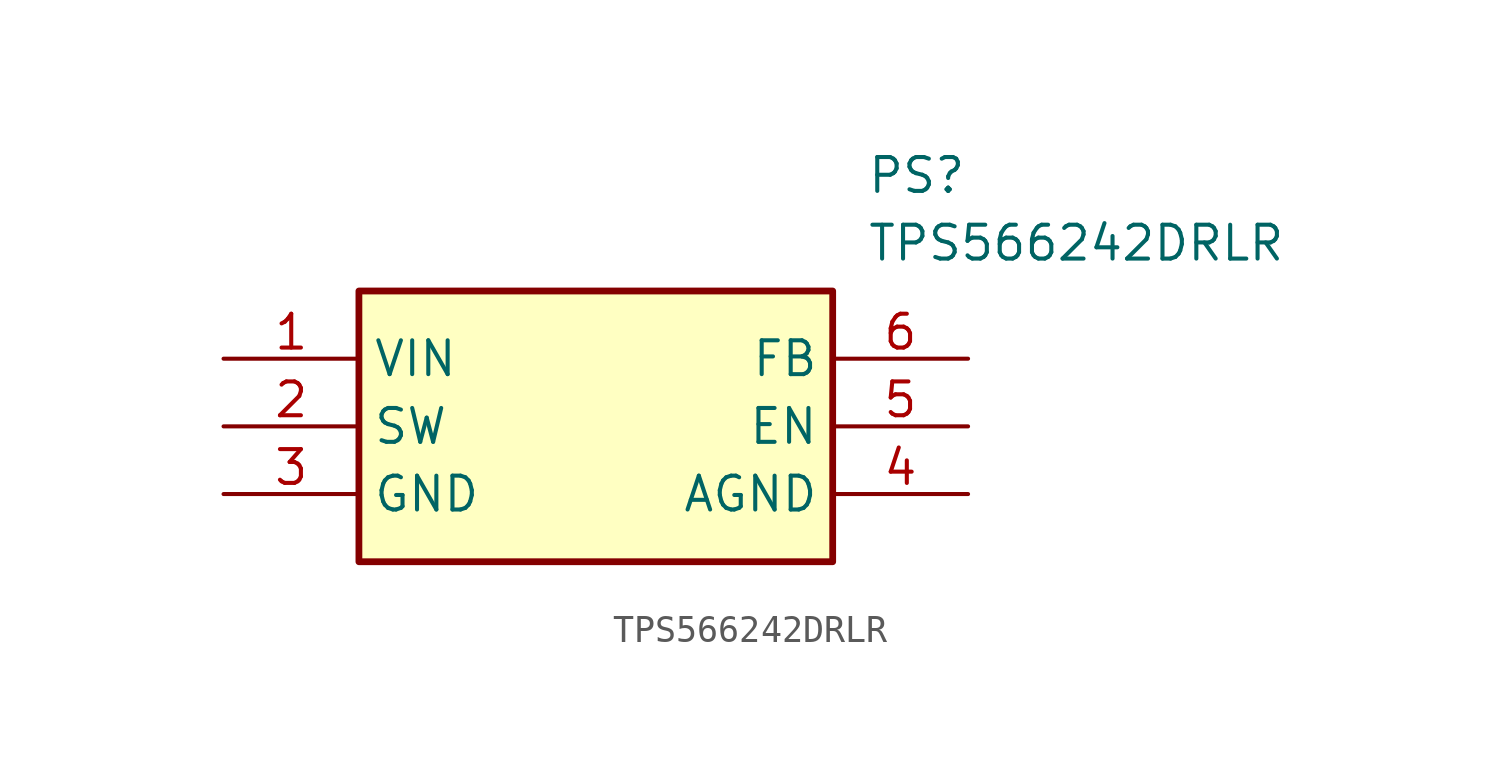
<source format=kicad_sym>
(kicad_symbol_lib
  (version 20211014)
  (generator SamacSys_ECAD_Model)
  (symbol "TPS566242DRLR"
    (property "Reference" "PS"
      (at 24.13 7.62 0)
      (effects (font (size 1.27 1.27)) (justify left top)))
    (property "Value" "TPS566242DRLR"
      (at 24.13 5.08 0)
      (effects (font (size 1.27 1.27)) (justify left top)))
    (rectangle
      (start 5.08 2.54)
      (end 22.86 -7.62)
      (stroke (width 0.254) (type default))
      (fill (type background)))
    (pin power_in line
      (at 0 0 0)
      (length 5.08)
      (name "VIN" (effects (font (size 1.27 1.27))))
      (number "1" (effects (font (size 1.27 1.27)))))
    (pin input line
      (at 0 -2.54 0)
      (length 5.08)
      (name "SW" (effects (font (size 1.27 1.27))))
      (number "2" (effects (font (size 1.27 1.27)))))
    (pin power_in line
      (at 0 -5.08 0)
      (length 5.08)
      (name "GND" (effects (font (size 1.27 1.27))))
      (number "3" (effects (font (size 1.27 1.27)))))
    (pin input line
      (at 27.94 0 180)
      (length 5.08)
      (name "FB" (effects (font (size 1.27 1.27))))
      (number "6" (effects (font (size 1.27 1.27)))))
    (pin input line
      (at 27.94 -2.54 180)
      (length 5.08)
      (name "EN" (effects (font (size 1.27 1.27))))
      (number "5" (effects (font (size 1.27 1.27)))))
    (pin power_in line
      (at 27.94 -5.08 180)
      (length 5.08)
      (name "AGND" (effects (font (size 1.27 1.27))))
      (number "4" (effects (font (size 1.27 1.27)))))))
</source>
